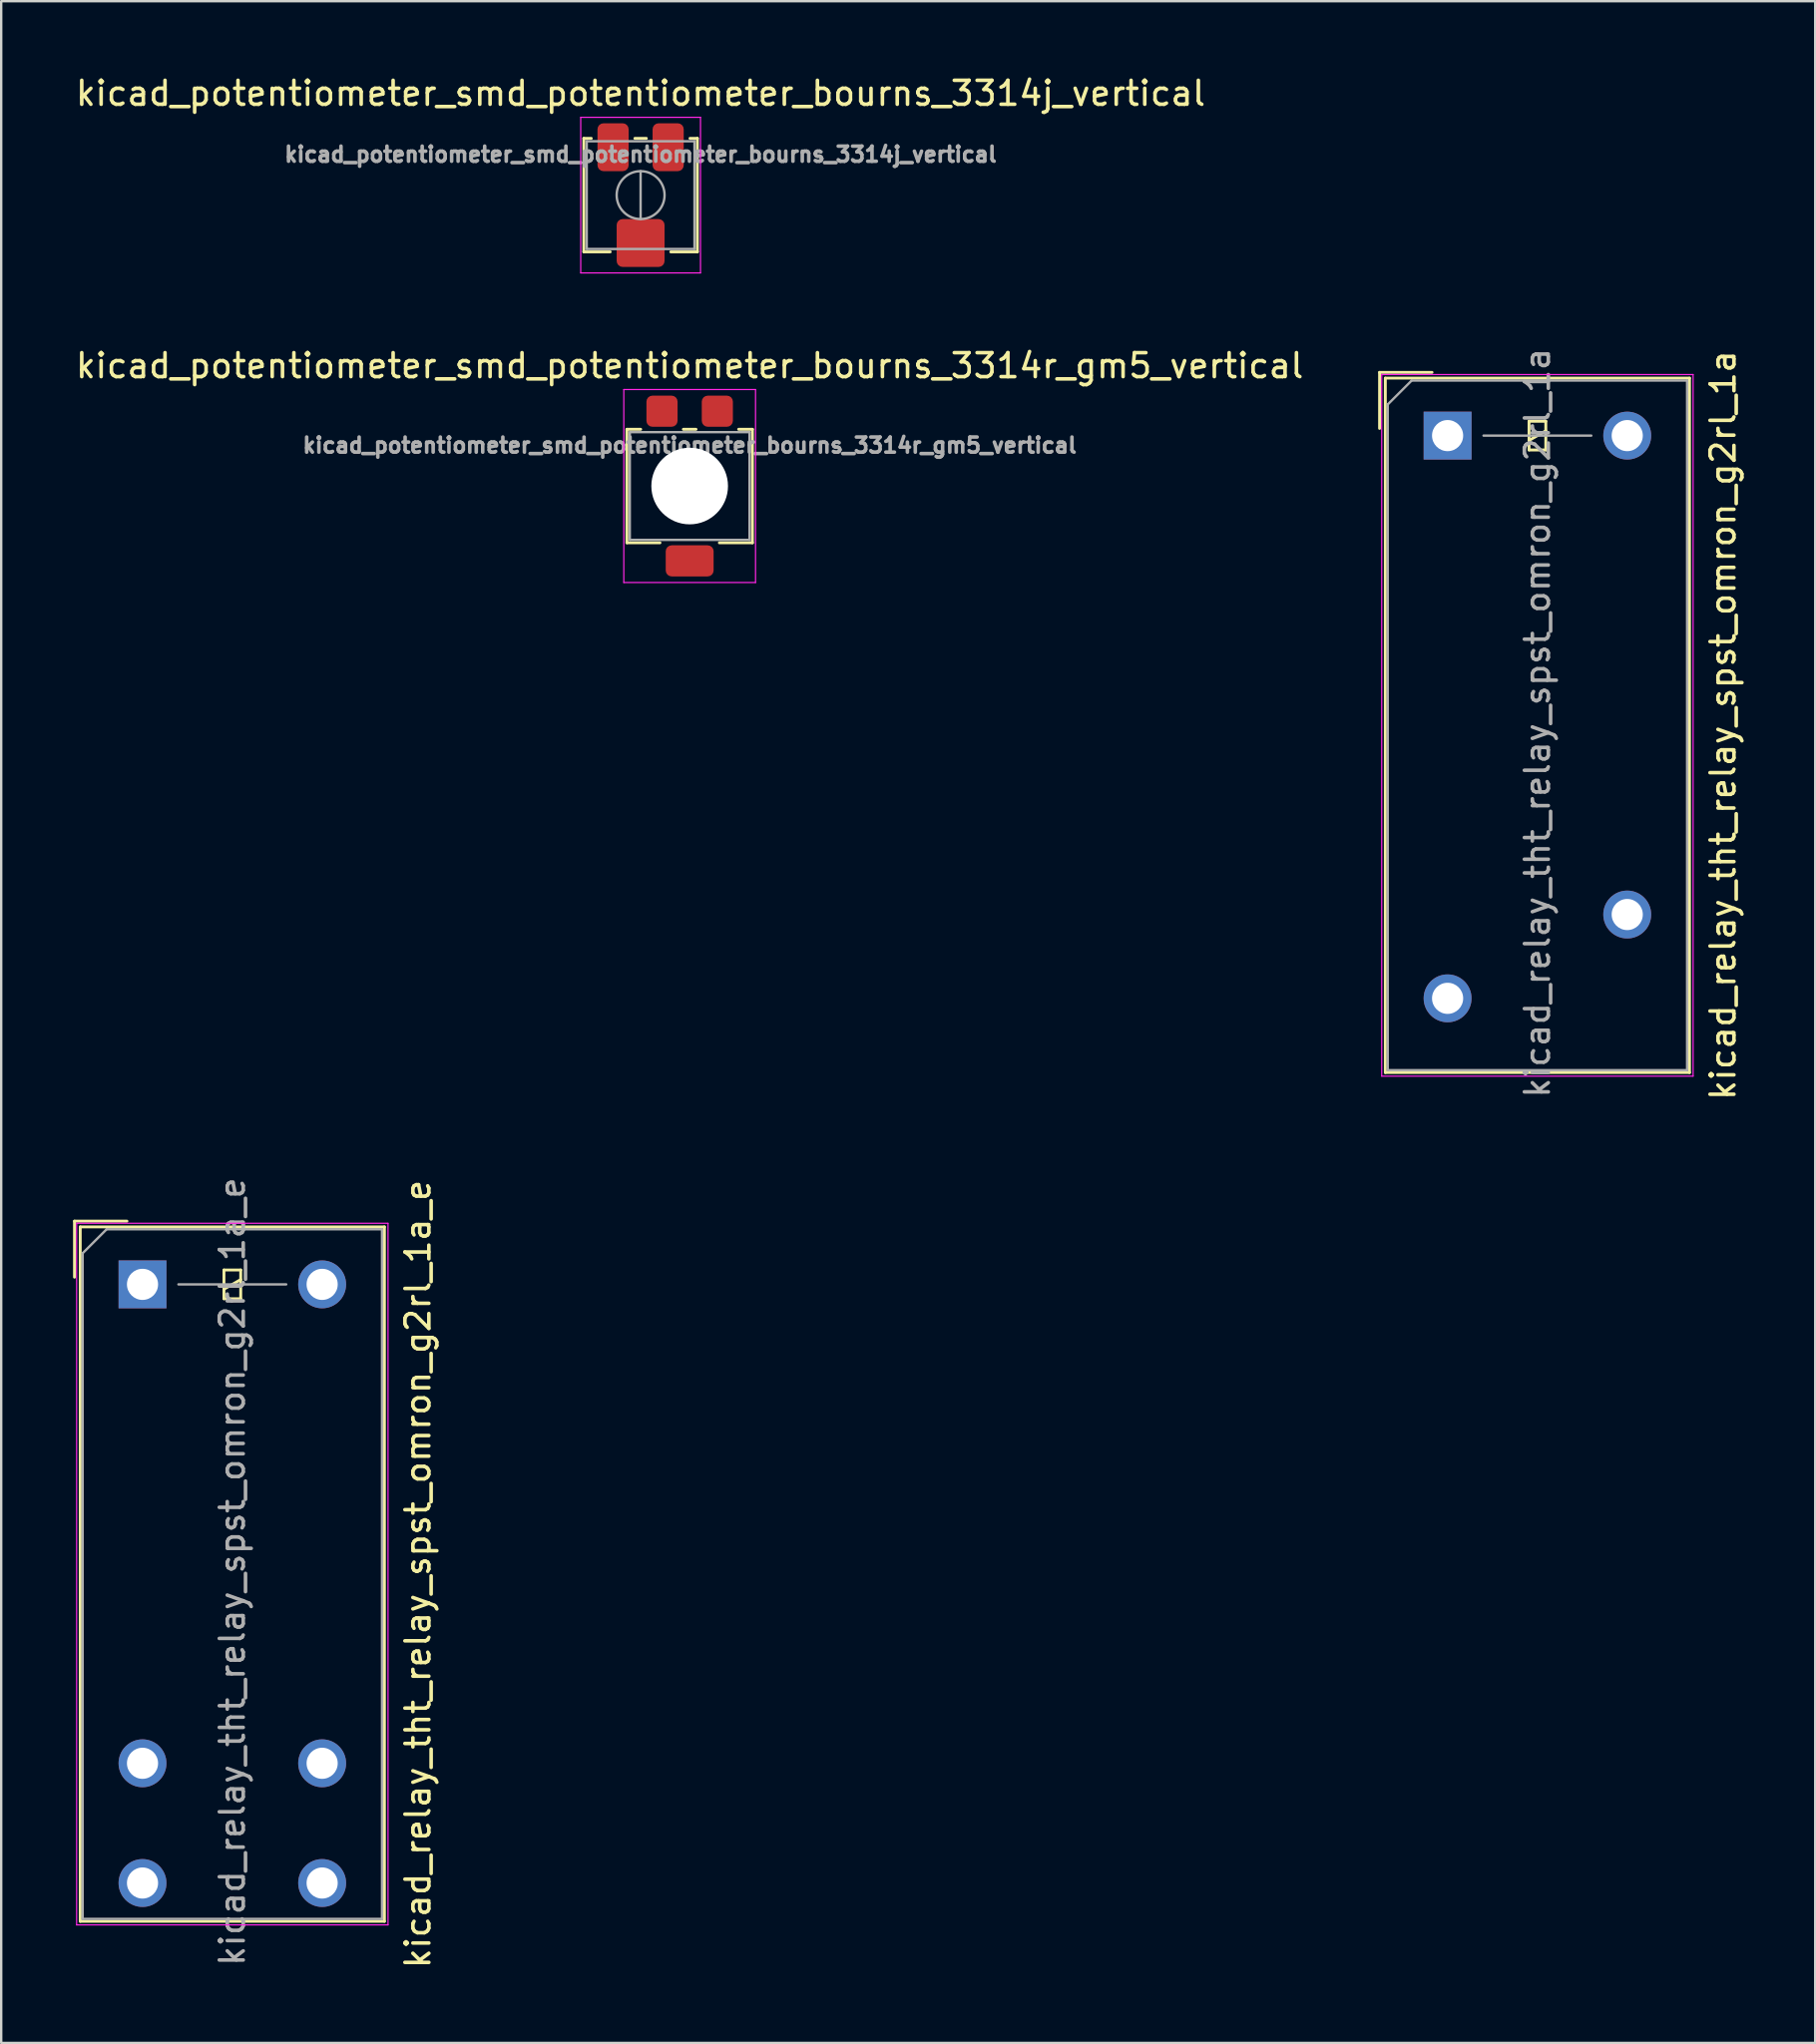
<source format=kicad_pcb>
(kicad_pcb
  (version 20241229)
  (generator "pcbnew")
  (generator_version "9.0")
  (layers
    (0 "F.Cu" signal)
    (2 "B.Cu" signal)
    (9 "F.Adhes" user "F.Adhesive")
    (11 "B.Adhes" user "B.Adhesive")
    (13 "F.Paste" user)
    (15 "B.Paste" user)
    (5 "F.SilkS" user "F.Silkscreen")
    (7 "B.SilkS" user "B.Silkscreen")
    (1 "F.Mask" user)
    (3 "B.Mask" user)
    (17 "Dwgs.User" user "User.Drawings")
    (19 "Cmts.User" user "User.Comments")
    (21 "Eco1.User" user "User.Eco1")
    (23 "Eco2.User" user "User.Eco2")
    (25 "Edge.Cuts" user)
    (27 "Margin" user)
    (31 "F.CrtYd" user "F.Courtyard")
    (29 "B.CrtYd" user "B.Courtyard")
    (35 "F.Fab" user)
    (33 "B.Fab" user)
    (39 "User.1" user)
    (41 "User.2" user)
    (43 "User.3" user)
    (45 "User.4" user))
  (footprint "kicad_relay_tht_relay_spst_omron_g2rl_1a_e"
    (layer "F.Cu")
    (at 2.9 50.586)
    (property "Reference" "kicad_relay_tht_relay_spst_omron_g2rl_1a_e" (at 11.5 12.1 90) (layer "F.SilkS") (effects (font (size 1 1) (thickness 0.15))))
    (attr through_hole)
    (fp_line (start -2.84 -2.64) (end -0.65 -2.64) (stroke (width 0.12) (type solid)) (layer "F.SilkS"))
    (fp_line (start -2.84 -0.3) (end -2.84 -2.64) (stroke (width 0.12) (type solid)) (layer "F.SilkS"))
    (fp_line (start -2.6 -2.4) (end -2.6 26.6) (stroke (width 0.12) (type solid)) (layer "F.SilkS"))
    (fp_line (start -2.6 26.6) (end 10.1 26.6) (stroke (width 0.12) (type solid)) (layer "F.SilkS"))
    (fp_line (start 3.4 -0.6) (end 3.4 0.6) (stroke (width 0.12) (type solid)) (layer "F.SilkS"))
    (fp_line (start 3.4 0.2) (end 4.1 -0.2) (stroke (width 0.12) (type solid)) (layer "F.SilkS"))
    (fp_line (start 3.4 0.6) (end 4.1 0.6) (stroke (width 0.12) (type solid)) (layer "F.SilkS"))
    (fp_line (start 4.1 -0.6) (end 3.4 -0.6) (stroke (width 0.12) (type solid)) (layer "F.SilkS"))
    (fp_line (start 4.1 0.6) (end 4.1 -0.6) (stroke (width 0.12) (type solid)) (layer "F.SilkS"))
    (fp_line (start 10.1 -2.4) (end -2.6 -2.4) (stroke (width 0.12) (type solid)) (layer "F.SilkS"))
    (fp_line (start 10.1 26.6) (end 10.1 -2.4) (stroke (width 0.12) (type solid)) (layer "F.SilkS"))
    (fp_line (start -2.75 -2.55) (end -2.75 26.75) (stroke (width 0.05) (type solid)) (layer "F.CrtYd"))
    (fp_line (start -2.75 26.75) (end 10.25 26.75) (stroke (width 0.05) (type solid)) (layer "F.CrtYd"))
    (fp_line (start 10.25 -2.55) (end -2.75 -2.55) (stroke (width 0.05) (type solid)) (layer "F.CrtYd"))
    (fp_line (start 10.25 26.75) (end 10.25 -2.55) (stroke (width 0.05) (type solid)) (layer "F.CrtYd"))
    (fp_line (start -2.5 -1.3) (end -2.5 26.5) (stroke (width 0.1) (type solid)) (layer "F.Fab"))
    (fp_line (start -2.5 26.5) (end 10 26.5) (stroke (width 0.1) (type solid)) (layer "F.Fab"))
    (fp_line (start -1.5 -2.3) (end -2.5 -1.3) (stroke (width 0.1) (type solid)) (layer "F.Fab"))
    (fp_line (start 1.5 0) (end 6 0) (stroke (width 0.1) (type solid)) (layer "F.Fab"))
    (fp_line (start 10 -2.3) (end -1.5 -2.3) (stroke (width 0.1) (type solid)) (layer "F.Fab"))
    (fp_line (start 10 26.5) (end 10 -2.3) (stroke (width 0.1) (type solid)) (layer "F.Fab"))
    (fp_text user "${REFERENCE}" (at 3.75 12 90) (layer "F.Fab") (effects (font (size 1 1) (thickness 0.15))))
    (pad "13" thru_hole circle (at 0 20) (size 2 2) (drill 1.3) (layers "*.Cu" "*.Mask"))
    (pad "13" thru_hole circle (at 7.5 20) (size 2 2) (drill 1.3) (layers "*.Cu" "*.Mask"))
    (pad "14" thru_hole circle (at 0 25) (size 2 2) (drill 1.3) (layers "*.Cu" "*.Mask"))
    (pad "14" thru_hole circle (at 7.5 25) (size 2 2) (drill 1.3) (layers "*.Cu" "*.Mask"))
    (pad "A1" thru_hole rect (at 0 0) (size 2 2) (drill 1.3) (layers "*.Cu" "*.Mask"))
    (pad "A2" thru_hole circle (at 7.5 0) (size 2 2) (drill 1.3) (layers "*.Cu" "*.Mask")))
  (footprint "kicad_potentiometer_smd_potentiometer_bourns_3314r_gm5_vertical"
    (layer "F.Cu")
    (at 25.744 17.247)
    (property "Reference" "kicad_potentiometer_smd_potentiometer_bourns_3314r_gm5_vertical" (at 0 -5.025 0) (layer "F.SilkS") (effects (font (size 1 1) (thickness 0.15))))
    (attr smd)
    (fp_line (start -2.62 -2.37) (end -2.62 2.37) (stroke (width 0.12) (type solid)) (layer "F.SilkS"))
    (fp_line (start -2.62 -2.37) (end -2.044 -2.37) (stroke (width 0.12) (type solid)) (layer "F.SilkS"))
    (fp_line (start -2.62 2.37) (end -1.24 2.37) (stroke (width 0.12) (type solid)) (layer "F.SilkS"))
    (fp_line (start -0.264 -2.37) (end 0.265 -2.37) (stroke (width 0.12) (type solid)) (layer "F.SilkS"))
    (fp_line (start 1.24 2.37) (end 2.62 2.37) (stroke (width 0.12) (type solid)) (layer "F.SilkS"))
    (fp_line (start 2.045 -2.37) (end 2.62 -2.37) (stroke (width 0.12) (type solid)) (layer "F.SilkS"))
    (fp_line (start 2.62 -2.37) (end 2.62 2.37) (stroke (width 0.12) (type solid)) (layer "F.SilkS"))
    (fp_line (start -2.75 -4.03) (end -2.75 4.03) (stroke (width 0.05) (type solid)) (layer "F.CrtYd"))
    (fp_line (start -2.75 4.03) (end 2.75 4.03) (stroke (width 0.05) (type solid)) (layer "F.CrtYd"))
    (fp_line (start 2.75 -4.03) (end -2.75 -4.03) (stroke (width 0.05) (type solid)) (layer "F.CrtYd"))
    (fp_line (start 2.75 4.03) (end 2.75 -4.03) (stroke (width 0.05) (type solid)) (layer "F.CrtYd"))
    (fp_line (start -2.5 -2.25) (end -2.5 2.25) (stroke (width 0.1) (type solid)) (layer "F.Fab"))
    (fp_line (start -2.5 2.25) (end 2.5 2.25) (stroke (width 0.1) (type solid)) (layer "F.Fab"))
    (fp_line (start 2.5 -2.25) (end -2.5 -2.25) (stroke (width 0.1) (type solid)) (layer "F.Fab"))
    (fp_line (start 2.5 2.25) (end 2.5 -2.25) (stroke (width 0.1) (type solid)) (layer "F.Fab"))
    (fp_text user "${REFERENCE}" (at 0 -1.7 0) (layer "F.Fab") (effects (font (size 0.63 0.63) (thickness 0.15))))
    (pad "" np_thru_hole circle (at 0 0) (size 3.2 3.2) (drill 3.2) (layers "*.Cu" "*.Mask"))
    (pad "1" smd roundrect (at -1.155 -3.125) (size 1.3 1.3) (layers "F.Cu" "F.Mask" "F.Paste") (roundrect_rratio 0.192))
    (pad "2" smd roundrect (at 0 3.125) (size 2 1.3) (layers "F.Cu" "F.Mask" "F.Paste") (roundrect_rratio 0.192))
    (pad "3" smd roundrect (at 1.155 -3.125) (size 1.3 1.3) (layers "F.Cu" "F.Mask" "F.Paste") (roundrect_rratio 0.192)))
  (footprint "kicad_potentiometer_smd_potentiometer_bourns_3314j_vertical"
    (layer "F.Cu")
    (at 23.696 5.098)
    (property "Reference" "kicad_potentiometer_smd_potentiometer_bourns_3314j_vertical" (at 0 -4.25 0) (layer "F.SilkS") (effects (font (size 1 1) (thickness 0.15))))
    (attr smd)
    (fp_line (start -2.37 -2.37) (end -2.37 2.37) (stroke (width 0.12) (type solid)) (layer "F.SilkS"))
    (fp_line (start -2.37 -2.37) (end -2.06 -2.37) (stroke (width 0.12) (type solid)) (layer "F.SilkS"))
    (fp_line (start -2.37 2.37) (end -1.27 2.37) (stroke (width 0.12) (type solid)) (layer "F.SilkS"))
    (fp_line (start -0.24 -2.37) (end 0.24 -2.37) (stroke (width 0.12) (type solid)) (layer "F.SilkS"))
    (fp_line (start 1.26 2.37) (end 2.37 2.37) (stroke (width 0.12) (type solid)) (layer "F.SilkS"))
    (fp_line (start 2.06 -2.37) (end 2.37 -2.37) (stroke (width 0.12) (type solid)) (layer "F.SilkS"))
    (fp_line (start 2.37 -2.37) (end 2.37 2.37) (stroke (width 0.12) (type solid)) (layer "F.SilkS"))
    (fp_line (start -2.5 -3.25) (end -2.5 3.25) (stroke (width 0.05) (type solid)) (layer "F.CrtYd"))
    (fp_line (start -2.5 3.25) (end 2.5 3.25) (stroke (width 0.05) (type solid)) (layer "F.CrtYd"))
    (fp_line (start 2.5 -3.25) (end -2.5 -3.25) (stroke (width 0.05) (type solid)) (layer "F.CrtYd"))
    (fp_line (start 2.5 3.25) (end 2.5 -3.25) (stroke (width 0.05) (type solid)) (layer "F.CrtYd"))
    (fp_line (start -2.25 -2.25) (end -2.25 2.25) (stroke (width 0.1) (type solid)) (layer "F.Fab"))
    (fp_line (start -2.25 2.25) (end 2.25 2.25) (stroke (width 0.1) (type solid)) (layer "F.Fab"))
    (fp_line (start 0 1) (end 0 -1) (stroke (width 0.1) (type solid)) (layer "F.Fab"))
    (fp_line (start 2.25 -2.25) (end -2.25 -2.25) (stroke (width 0.1) (type solid)) (layer "F.Fab"))
    (fp_line (start 2.25 2.25) (end 2.25 -2.25) (stroke (width 0.1) (type solid)) (layer "F.Fab"))
    (fp_circle (center 0 0) (end 1 0) (stroke (width 0.1) (type solid)) (fill no) (layer "F.Fab"))
    (fp_text user "${REFERENCE}" (at 0 -1.7 0) (layer "F.Fab") (effects (font (size 0.63 0.63) (thickness 0.15))))
    (pad "1" smd roundrect (at -1.15 -2) (size 1.3 2) (layers "F.Cu" "F.Mask" "F.Paste") (roundrect_rratio 0.192))
    (pad "2" smd roundrect (at 0 2) (size 2 2) (layers "F.Cu" "F.Mask" "F.Paste") (roundrect_rratio 0.125))
    (pad "3" smd roundrect (at 1.15 -2) (size 1.3 2) (layers "F.Cu" "F.Mask" "F.Paste") (roundrect_rratio 0.192)))
  (footprint "kicad_relay_tht_relay_spst_omron_g2rl_1a"
    (layer "F.Cu")
    (at 57.388 15.141)
    (property "Reference" "kicad_relay_tht_relay_spst_omron_g2rl_1a" (at 11.5 12.1 90) (layer "F.SilkS") (effects (font (size 1 1) (thickness 0.15))))
    (attr through_hole)
    (fp_line (start -2.84 -2.64) (end -0.65 -2.64) (stroke (width 0.12) (type solid)) (layer "F.SilkS"))
    (fp_line (start -2.84 -0.3) (end -2.84 -2.64) (stroke (width 0.12) (type solid)) (layer "F.SilkS"))
    (fp_line (start -2.6 -2.4) (end -2.6 26.6) (stroke (width 0.12) (type solid)) (layer "F.SilkS"))
    (fp_line (start -2.6 26.6) (end 10.1 26.6) (stroke (width 0.12) (type solid)) (layer "F.SilkS"))
    (fp_line (start 3.4 -0.6) (end 3.4 0.6) (stroke (width 0.12) (type solid)) (layer "F.SilkS"))
    (fp_line (start 3.4 0.2) (end 4.1 -0.2) (stroke (width 0.12) (type solid)) (layer "F.SilkS"))
    (fp_line (start 3.4 0.6) (end 4.1 0.6) (stroke (width 0.12) (type solid)) (layer "F.SilkS"))
    (fp_line (start 4.1 -0.6) (end 3.4 -0.6) (stroke (width 0.12) (type solid)) (layer "F.SilkS"))
    (fp_line (start 4.1 0.6) (end 4.1 -0.6) (stroke (width 0.12) (type solid)) (layer "F.SilkS"))
    (fp_line (start 10.1 -2.4) (end -2.6 -2.4) (stroke (width 0.12) (type solid)) (layer "F.SilkS"))
    (fp_line (start 10.1 26.6) (end 10.1 -2.4) (stroke (width 0.12) (type solid)) (layer "F.SilkS"))
    (fp_line (start -2.75 -2.55) (end -2.75 26.75) (stroke (width 0.05) (type solid)) (layer "F.CrtYd"))
    (fp_line (start -2.75 26.75) (end 10.25 26.75) (stroke (width 0.05) (type solid)) (layer "F.CrtYd"))
    (fp_line (start 10.25 -2.55) (end -2.75 -2.55) (stroke (width 0.05) (type solid)) (layer "F.CrtYd"))
    (fp_line (start 10.25 26.75) (end 10.25 -2.55) (stroke (width 0.05) (type solid)) (layer "F.CrtYd"))
    (fp_line (start -2.5 -1.3) (end -2.5 26.5) (stroke (width 0.1) (type solid)) (layer "F.Fab"))
    (fp_line (start -2.5 -1.3) (end -1.5 -2.3) (stroke (width 0.1) (type solid)) (layer "F.Fab"))
    (fp_line (start -2.5 26.5) (end 10 26.5) (stroke (width 0.1) (type solid)) (layer "F.Fab"))
    (fp_line (start 1.5 0) (end 6 0) (stroke (width 0.1) (type solid)) (layer "F.Fab"))
    (fp_line (start 10 -2.3) (end -1.5 -2.3) (stroke (width 0.1) (type solid)) (layer "F.Fab"))
    (fp_line (start 10 26.5) (end 10 -2.3) (stroke (width 0.1) (type solid)) (layer "F.Fab"))
    (fp_text user "${REFERENCE}" (at 3.75 12 90) (layer "F.Fab") (effects (font (size 1 1) (thickness 0.15))))
    (pad "13" thru_hole circle (at 7.5 20) (size 2 2) (drill 1.3) (layers "*.Cu" "*.Mask"))
    (pad "14" thru_hole circle (at 0 23.5) (size 2 2) (drill 1.3) (layers "*.Cu" "*.Mask"))
    (pad "A1" thru_hole rect (at 0 0) (size 2 2) (drill 1.3) (layers "*.Cu" "*.Mask"))
    (pad "A2" thru_hole circle (at 7.5 0) (size 2 2) (drill 1.3) (layers "*.Cu" "*.Mask")))
  (gr_rect
    (start -3 -3)
    (end 72.736 82.264)
    (stroke (width 0.1) (type default))
    (fill no)
    (layer "Edge.Cuts")))
</source>
